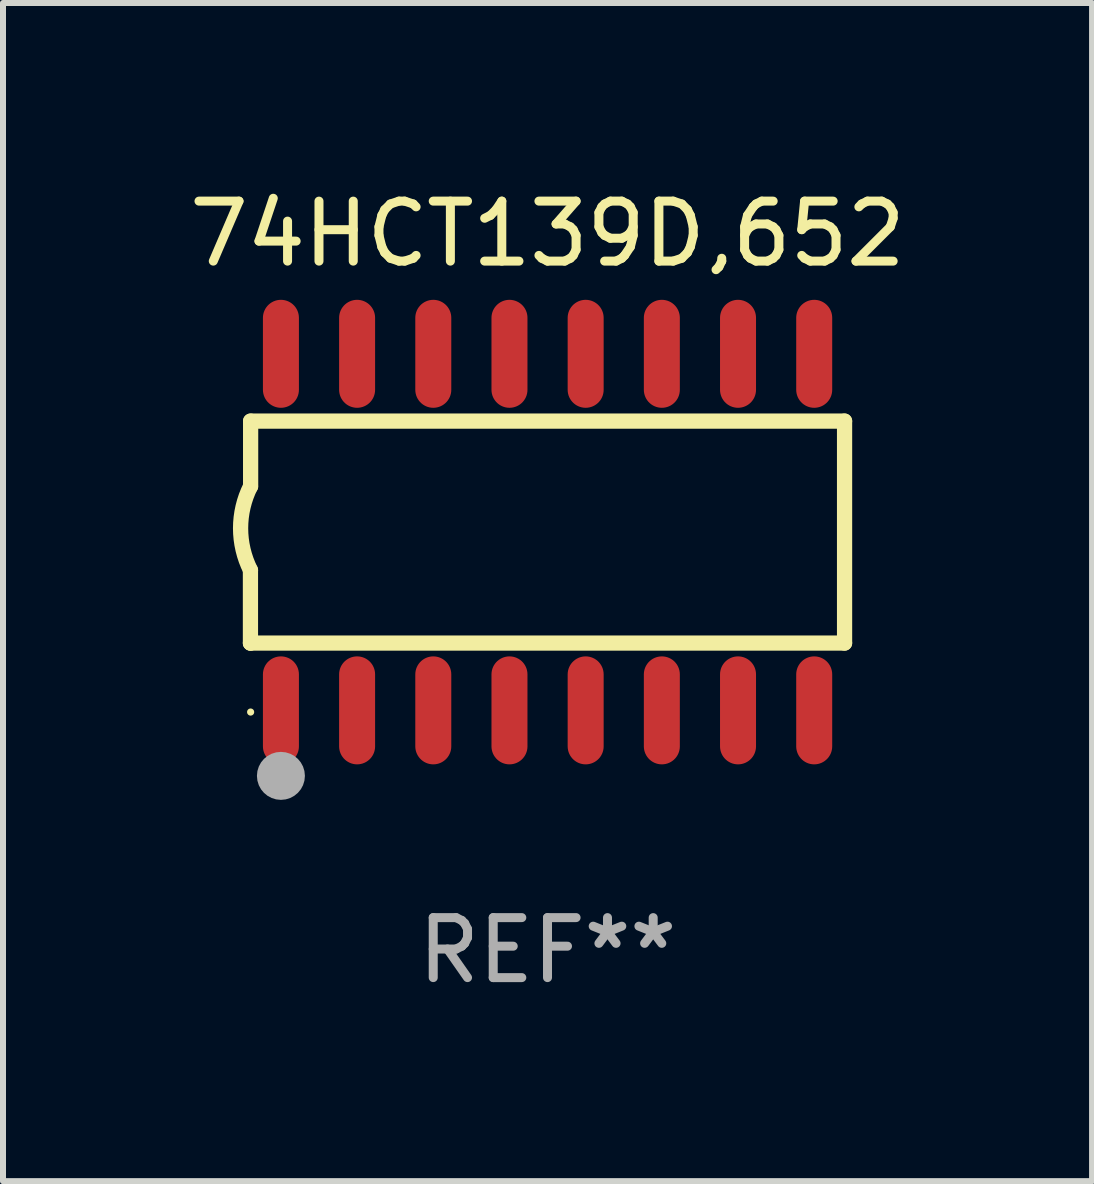
<source format=kicad_pcb>
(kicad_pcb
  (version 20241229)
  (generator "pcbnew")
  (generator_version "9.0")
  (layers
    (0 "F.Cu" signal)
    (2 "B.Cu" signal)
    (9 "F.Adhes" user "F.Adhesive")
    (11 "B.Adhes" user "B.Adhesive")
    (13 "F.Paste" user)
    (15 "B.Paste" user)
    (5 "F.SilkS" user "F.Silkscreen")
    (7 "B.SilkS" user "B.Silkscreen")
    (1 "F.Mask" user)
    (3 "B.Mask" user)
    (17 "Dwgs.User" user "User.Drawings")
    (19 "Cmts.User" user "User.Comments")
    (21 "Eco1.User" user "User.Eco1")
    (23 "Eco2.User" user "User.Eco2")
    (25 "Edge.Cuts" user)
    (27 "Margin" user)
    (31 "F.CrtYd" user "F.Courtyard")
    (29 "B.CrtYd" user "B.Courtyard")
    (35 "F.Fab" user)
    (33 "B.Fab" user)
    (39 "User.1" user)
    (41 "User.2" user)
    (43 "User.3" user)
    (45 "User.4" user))
  (footprint "74HCT139D,652"
    (layer "F.Cu")
    (at 6.077 5.82)
    (property "Reference" "74HCT139D,652" (at 0 -4.972 0) (layer "F.SilkS") (effects (font (size 1 1) (thickness 0.15))))
    (attr through_hole)
    (fp_line (start -4.952 0.635) (end -4.952 1.85) (stroke (width 0.254) (type solid)) (layer "F.SilkS"))
    (fp_line (start -4.952 1.85) (end -4.949 1.85) (stroke (width 0.254) (type solid)) (layer "F.SilkS"))
    (fp_line (start -4.949 -1.85) (end -4.949 -0.762) (stroke (width 0.254) (type solid)) (layer "F.SilkS"))
    (fp_line (start -4.949 1.85) (end 4.952 1.85) (stroke (width 0.254) (type solid)) (layer "F.SilkS"))
    (fp_line (start 4.952 -1.85) (end -4.949 -1.85) (stroke (width 0.254) (type solid)) (layer "F.SilkS"))
    (fp_line (start 4.952 1.85) (end 4.952 -1.85) (stroke (width 0.254) (type solid)) (layer "F.SilkS"))
    (fp_arc (start -4.951524 0.635001) (mid -5.116418 -0.0635) (end -4.951524 -0.762002) (stroke (width 0.254001) (type solid)) (layer "F.SilkS"))
    (fp_circle (center -4.949 3) (end -4.919 3) (stroke (width 0.06) (type solid)) (fill no) (layer "F.SilkS"))
    (fp_circle (center -4.444 4.064) (end -4.244 4.064) (stroke (width 0.4) (type solid)) (fill no) (layer "F.Fab"))
    (fp_text user "REF**" (at 0 6.972 0) (layer "F.Fab") (effects (font (size 1 1) (thickness 0.15))))
    (pad "1" smd oval (at -4.444 2.972 180) (size 0.6 1.8) (layers "F.Cu" "F.Mask" "F.Paste"))
    (pad "2" smd oval (at -3.174 2.972 180) (size 0.6 1.8) (layers "F.Cu" "F.Mask" "F.Paste"))
    (pad "3" smd oval (at -1.904 2.972 180) (size 0.6 1.8) (layers "F.Cu" "F.Mask" "F.Paste"))
    (pad "4" smd oval (at -0.634 2.972 180) (size 0.6 1.8) (layers "F.Cu" "F.Mask" "F.Paste"))
    (pad "5" smd oval (at 0.636 2.972 180) (size 0.6 1.8) (layers "F.Cu" "F.Mask" "F.Paste"))
    (pad "6" smd oval (at 1.906 2.972 180) (size 0.6 1.8) (layers "F.Cu" "F.Mask" "F.Paste"))
    (pad "7" smd oval (at 3.176 2.972 180) (size 0.6 1.8) (layers "F.Cu" "F.Mask" "F.Paste"))
    (pad "8" smd oval (at 4.446 2.972 180) (size 0.6 1.8) (layers "F.Cu" "F.Mask" "F.Paste"))
    (pad "9" smd oval (at 4.446 -2.972 180) (size 0.6 1.8) (layers "F.Cu" "F.Mask" "F.Paste"))
    (pad "10" smd oval (at 3.176 -2.972 180) (size 0.6 1.8) (layers "F.Cu" "F.Mask" "F.Paste"))
    (pad "11" smd oval (at 1.906 -2.972 180) (size 0.6 1.8) (layers "F.Cu" "F.Mask" "F.Paste"))
    (pad "12" smd oval (at 0.636 -2.972 180) (size 0.6 1.8) (layers "F.Cu" "F.Mask" "F.Paste"))
    (pad "13" smd oval (at -0.634 -2.972 180) (size 0.6 1.8) (layers "F.Cu" "F.Mask" "F.Paste"))
    (pad "14" smd oval (at -1.904 -2.972 180) (size 0.6 1.8) (layers "F.Cu" "F.Mask" "F.Paste"))
    (pad "15" smd oval (at -3.174 -2.972 180) (size 0.6 1.8) (layers "F.Cu" "F.Mask" "F.Paste"))
    (pad "16" smd oval (at -4.444 -2.972 180) (size 0.6 1.8) (layers "F.Cu" "F.Mask" "F.Paste")))
  (gr_rect
    (start -3 -3)
    (end 15.155 16.64)
    (stroke (width 0.1) (type default))
    (fill no)
    (layer "Edge.Cuts")))
</source>
